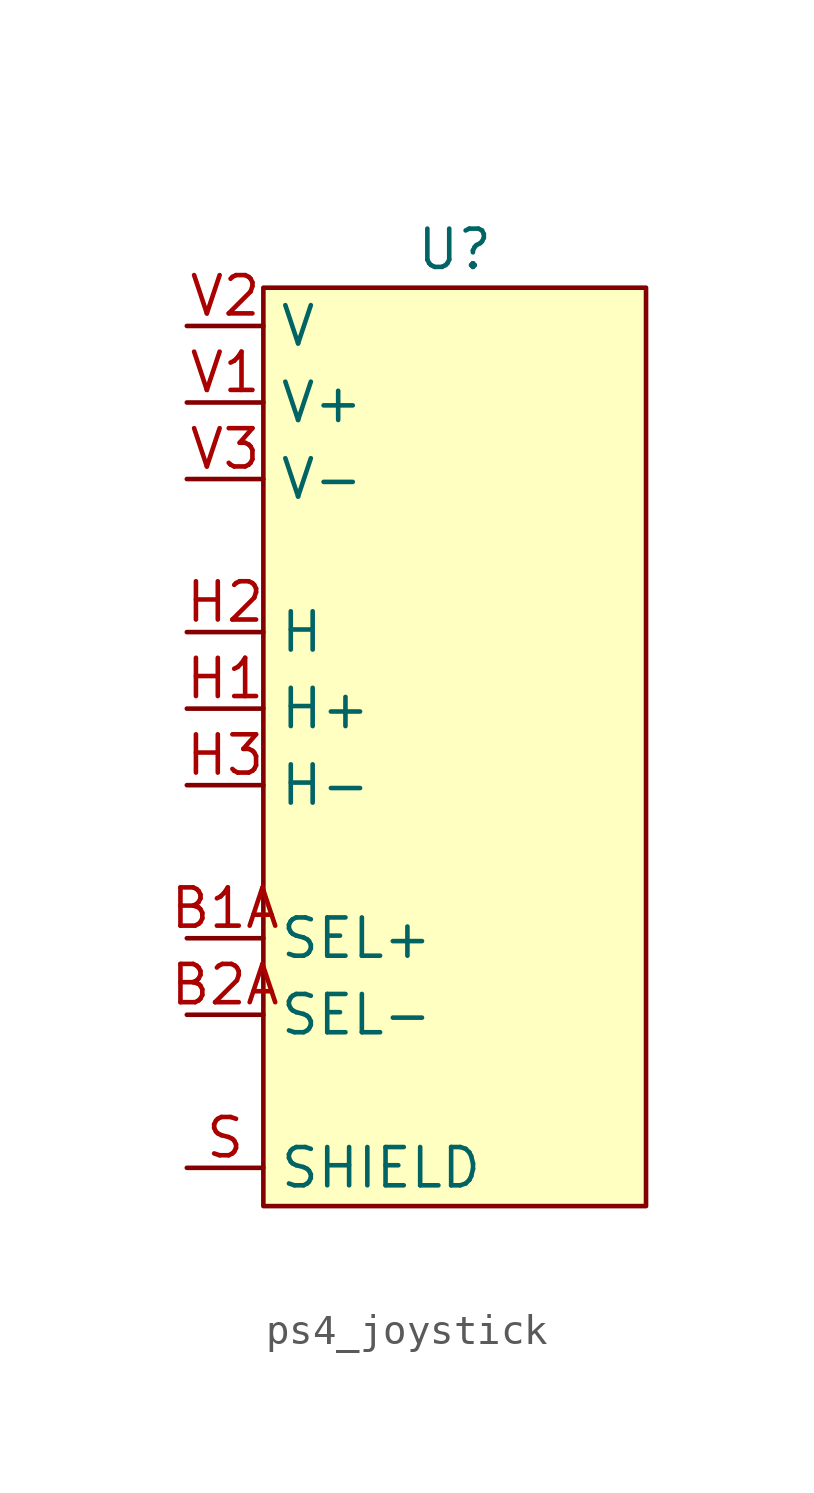
<source format=kicad_sym>
(kicad_symbol_lib
  (version 20220914)
  (generator kicad_symbol_editor)
  (symbol "ps4_joystick"
    (property "Reference" "U"
      (at 6.35 2.54 0)
      (effects (font (size 1.27 1.27))))
    (property "Value" ""
      (at 0 0 0)
      (effects (font (size 1.27 1.27))))
    (symbol "ps4_joystick_1_1"
      (rectangle (start 0 1.27) (end 12.7 -29.21) (stroke (width 0) (type default)) (fill (type background)))
      (pin output line (at -2.54 -20.32 0) (length 2.54) (name "SEL+" (effects (font (size 1.27 1.27)))) (number "B1A" (effects (font (size 1.27 1.27)))))
      (pin power_in line (at -2.54 -22.86 0) (length 2.54) (name "SEL-" (effects (font (size 1.27 1.27)))) (number "B2A" (effects (font (size 1.27 1.27)))))
      (pin power_in line (at -2.54 -12.7 0) (length 2.54) (name "H+" (effects (font (size 1.27 1.27)))) (number "H1" (effects (font (size 1.27 1.27)))))
      (pin output line (at -2.54 -10.16 0) (length 2.54) (name "H" (effects (font (size 1.27 1.27)))) (number "H2" (effects (font (size 1.27 1.27)))))
      (pin power_in line (at -2.54 -15.24 0) (length 2.54) (name "H-" (effects (font (size 1.27 1.27)))) (number "H3" (effects (font (size 1.27 1.27)))))
      (pin power_in line (at -2.54 -27.94 0) (length 2.54) (name "SHIELD" (effects (font (size 1.27 1.27)))) (number "S" (effects (font (size 1.27 1.27)))))
      (pin power_in line (at -2.54 -2.54 0) (length 2.54) (name "V+" (effects (font (size 1.27 1.27)))) (number "V1" (effects (font (size 1.27 1.27)))))
      (pin output line (at -2.54 0 0) (length 2.54) (name "V" (effects (font (size 1.27 1.27)))) (number "V2" (effects (font (size 1.27 1.27)))))
      (pin power_in line (at -2.54 -5.08 0) (length 2.54) (name "V-" (effects (font (size 1.27 1.27)))) (number "V3" (effects (font (size 1.27 1.27))))))))
</source>
